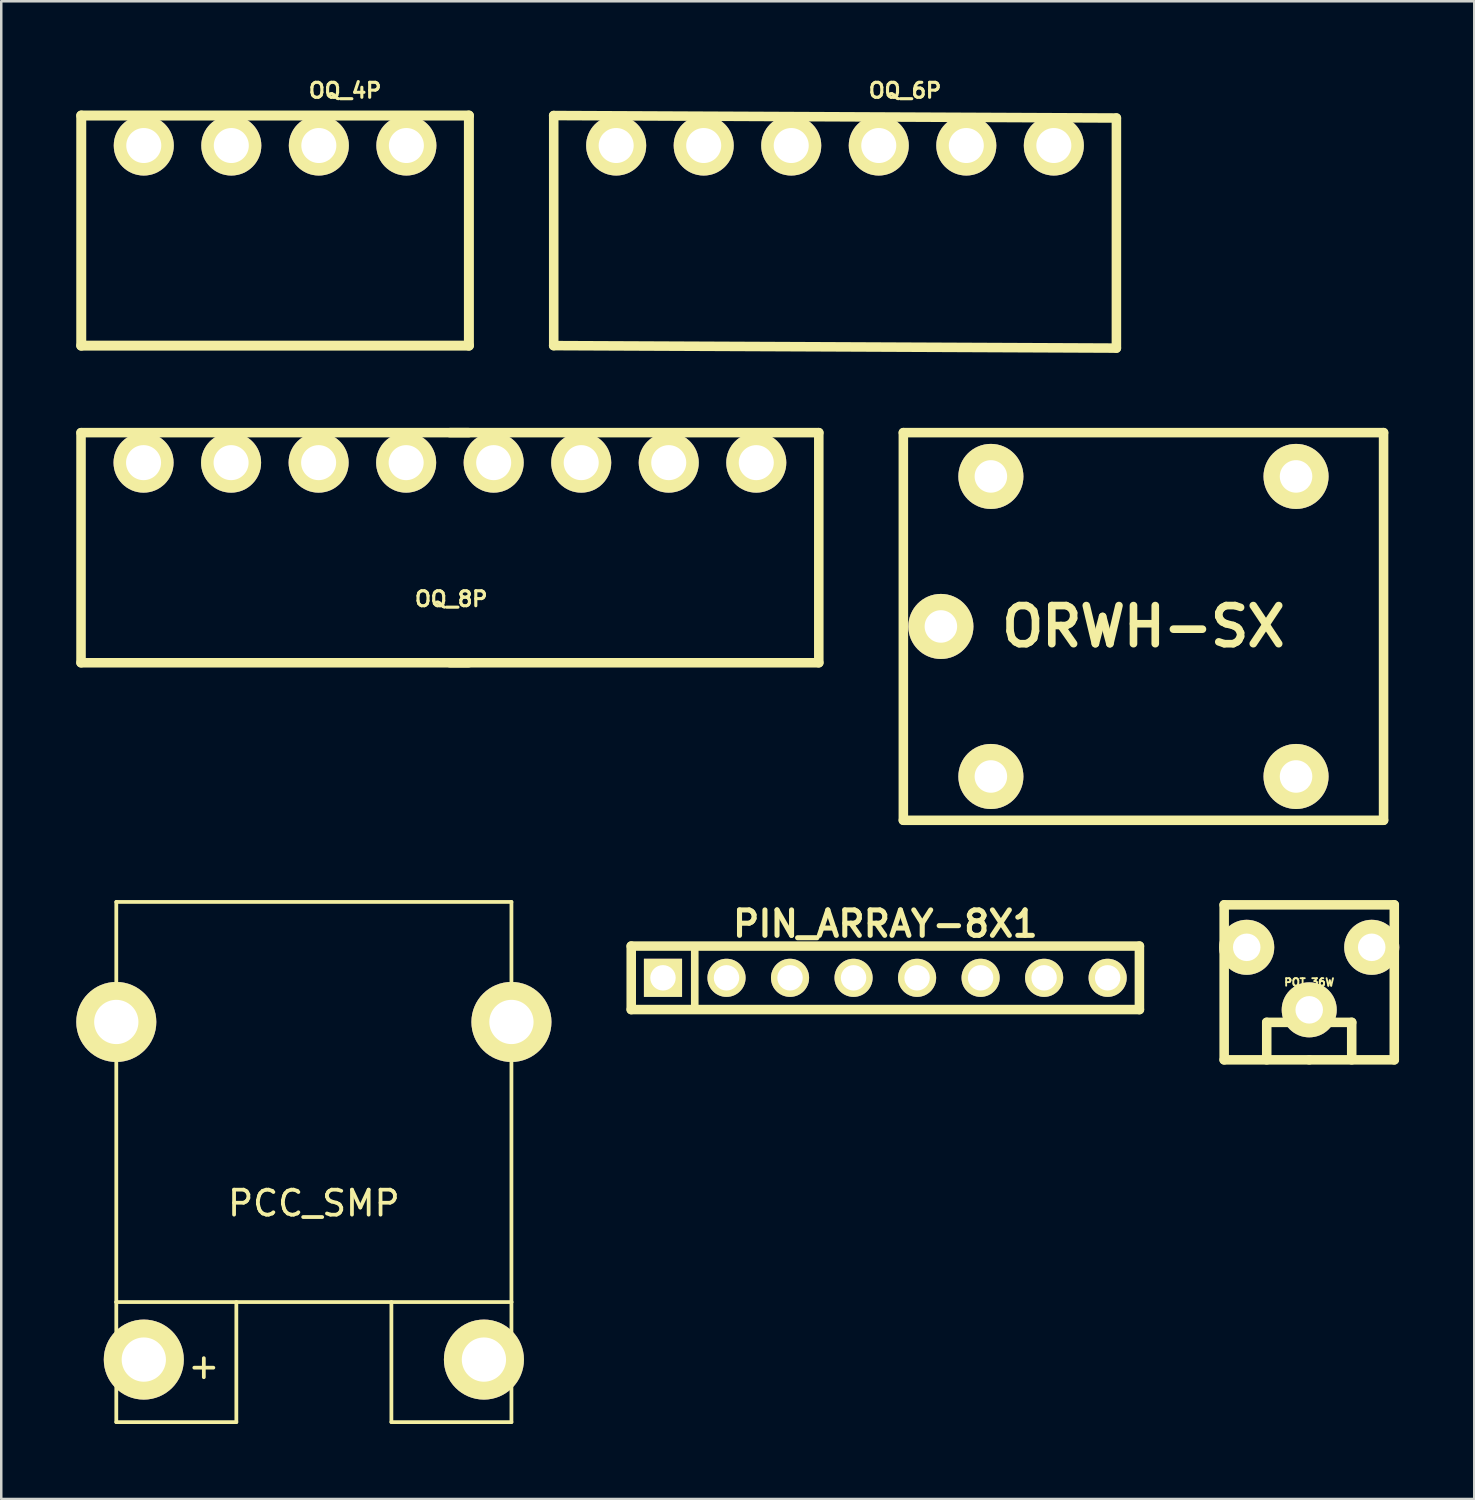
<source format=kicad_pcb>
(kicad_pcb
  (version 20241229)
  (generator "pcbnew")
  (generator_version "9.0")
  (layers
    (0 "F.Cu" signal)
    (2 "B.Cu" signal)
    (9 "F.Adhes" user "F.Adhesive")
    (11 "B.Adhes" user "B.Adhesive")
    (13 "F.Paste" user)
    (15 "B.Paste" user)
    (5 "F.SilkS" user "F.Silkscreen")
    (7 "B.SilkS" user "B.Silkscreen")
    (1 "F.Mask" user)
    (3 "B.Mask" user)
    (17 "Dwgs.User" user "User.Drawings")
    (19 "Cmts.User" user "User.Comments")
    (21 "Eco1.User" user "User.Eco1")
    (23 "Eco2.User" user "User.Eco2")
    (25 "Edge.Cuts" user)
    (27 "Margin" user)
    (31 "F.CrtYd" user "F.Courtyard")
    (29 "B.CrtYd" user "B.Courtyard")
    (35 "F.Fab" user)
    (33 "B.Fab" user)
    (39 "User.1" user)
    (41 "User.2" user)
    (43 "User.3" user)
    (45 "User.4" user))
  (footprint "ORWH-SX"
    (layer "F.Cu")
    (at 42.672 21.999)
    (property "Reference" "ORWH-SX" (at 0 0 0) (layer "F.SilkS") (effects (font (size 1.524 1.524) (thickness 0.305))))
    (attr through_hole)
    (fp_line (start -9.601 -7.75) (end -9.601 7.75) (stroke (width 0.381) (type solid)) (layer "F.SilkS"))
    (fp_line (start -9.601 7.75) (end 9.601 7.75) (stroke (width 0.381) (type solid)) (layer "F.SilkS"))
    (fp_line (start 9.601 -7.75) (end -9.601 -7.75) (stroke (width 0.381) (type solid)) (layer "F.SilkS"))
    (fp_line (start 9.601 7.75) (end 9.601 -7.75) (stroke (width 0.381) (type solid)) (layer "F.SilkS"))
    (pad "1" thru_hole circle (at -6.101 -5.999) (size 2.601 2.601) (drill 1.3) (layers "*.Cu" "*.Mask" "F.SilkS"))
    (pad "2" thru_hole circle (at -8.1 0) (size 2.601 2.601) (drill 1.3) (layers "*.Cu" "*.Mask" "F.SilkS"))
    (pad "3" thru_hole circle (at -6.101 5.999) (size 2.601 2.601) (drill 1.3) (layers "*.Cu" "*.Mask" "F.SilkS"))
    (pad "4" thru_hole circle (at 6.101 5.999) (size 2.601 2.601) (drill 1.3) (layers "*.Cu" "*.Mask" "F.SilkS"))
    (pad "5" thru_hole circle (at 6.101 -5.999) (size 2.601 2.601) (drill 1.3) (layers "*.Cu" "*.Mask" "F.SilkS")))
  (footprint "OQ_8P"
    (layer "F.Cu")
    (at 14.94 15.449)
    (property "Reference" "OQ_8P" (at 0.051 5.451 0) (layer "F.SilkS") (effects (font (size 0.599 0.599) (thickness 0.124))))
    (attr through_hole)
    (fp_line (start -14.75 -1.199) (end 0.749 -1.199) (stroke (width 0.381) (type solid)) (layer "F.SilkS"))
    (fp_line (start -14.75 8.001) (end -14.75 -1.199) (stroke (width 0.381) (type solid)) (layer "F.SilkS"))
    (fp_line (start 0 8.001) (end 14.75 8.001) (stroke (width 0.381) (type solid)) (layer "F.SilkS"))
    (fp_line (start 0.749 8.001) (end -14.75 8.001) (stroke (width 0.381) (type solid)) (layer "F.SilkS"))
    (fp_line (start 14.75 -1.199) (end 0 -1.199) (stroke (width 0.381) (type solid)) (layer "F.SilkS"))
    (fp_line (start 14.75 -1.199) (end 14.75 8.001) (stroke (width 0.381) (type solid)) (layer "F.SilkS"))
    (pad "1" thru_hole circle (at -12.25 0) (size 2.4 2.4) (drill 1.4) (layers "*.Cu" "*.Mask" "F.SilkS"))
    (pad "2" thru_hole circle (at -8.75 0) (size 2.4 2.4) (drill 1.4) (layers "*.Cu" "*.Mask" "F.SilkS"))
    (pad "3" thru_hole circle (at -5.25 0) (size 2.4 2.4) (drill 1.4) (layers "*.Cu" "*.Mask" "F.SilkS"))
    (pad "4" thru_hole circle (at -1.75 0) (size 2.4 2.4) (drill 1.4) (layers "*.Cu" "*.Mask" "F.SilkS"))
    (pad "5" thru_hole circle (at 1.75 0) (size 2.4 2.4) (drill 1.4) (layers "*.Cu" "*.Mask" "F.SilkS"))
    (pad "6" thru_hole circle (at 5.25 0) (size 2.4 2.4) (drill 1.4) (layers "*.Cu" "*.Mask" "F.SilkS"))
    (pad "7" thru_hole circle (at 8.75 0) (size 2.4 2.4) (drill 1.4) (layers "*.Cu" "*.Mask" "F.SilkS"))
    (pad "8" thru_hole circle (at 12.25 0) (size 2.4 2.4) (drill 1.4) (layers "*.Cu" "*.Mask" "F.SilkS")))
  (footprint "POT_36W"
    (layer "F.Cu")
    (at 49.3 36.229)
    (property "Reference" "POT_36W" (at 0 0 0) (layer "F.SilkS") (effects (font (size 0.3 0.3) (thickness 0.076))))
    (attr smd)
    (fp_line (start -3.401 -3.099) (end -3.401 3.099) (stroke (width 0.381) (type solid)) (layer "F.SilkS"))
    (fp_line (start -3.401 3.099) (end 0 3.099) (stroke (width 0.381) (type solid)) (layer "F.SilkS"))
    (fp_line (start -1.699 1.6) (end 1.699 1.6) (stroke (width 0.381) (type solid)) (layer "F.SilkS"))
    (fp_line (start -1.699 3.099) (end -1.699 1.6) (stroke (width 0.381) (type solid)) (layer "F.SilkS"))
    (fp_line (start 0 3.099) (end 3.401 3.099) (stroke (width 0.381) (type solid)) (layer "F.SilkS"))
    (fp_line (start 1.699 3.099) (end 1.699 1.6) (stroke (width 0.381) (type solid)) (layer "F.SilkS"))
    (fp_line (start 3.401 -3.099) (end -3.401 -3.099) (stroke (width 0.381) (type solid)) (layer "F.SilkS"))
    (fp_line (start 3.401 3.099) (end 3.401 -3.099) (stroke (width 0.381) (type solid)) (layer "F.SilkS"))
    (pad "1" thru_hole circle (at -2.499 -1.4) (size 2.2 2.2) (drill 1.1) (layers "*.Cu" "*.Mask" "F.SilkS"))
    (pad "2" thru_hole circle (at 0 1.1) (size 2.2 2.2) (drill 1.1) (layers "*.Cu" "*.Mask" "F.SilkS"))
    (pad "3" thru_hole circle (at 2.499 -1.4) (size 2.2 2.2) (drill 1.1) (layers "*.Cu" "*.Mask" "F.SilkS")))
  (footprint "OQ_4P"
    (layer "F.Cu")
    (at 7.949 2.769)
    (property "Reference" "OQ_4P" (at 2.799 -2.2 0) (layer "F.SilkS") (effects (font (size 0.599 0.599) (thickness 0.124))))
    (attr through_hole)
    (fp_line (start -7.75 -1.199) (end 7.75 -1.199) (stroke (width 0.399) (type solid)) (layer "F.SilkS"))
    (fp_line (start -7.75 8.001) (end -7.75 -1.199) (stroke (width 0.399) (type solid)) (layer "F.SilkS"))
    (fp_line (start 7.75 -1.199) (end 7.75 8.001) (stroke (width 0.399) (type solid)) (layer "F.SilkS"))
    (fp_line (start 7.75 8.001) (end -7.75 8.001) (stroke (width 0.399) (type solid)) (layer "F.SilkS"))
    (pad "1" thru_hole circle (at -5.25 0) (size 2.4 2.4) (drill 1.4) (layers "*.Cu" "*.Mask" "F.SilkS"))
    (pad "2" thru_hole circle (at -1.75 0) (size 2.4 2.4) (drill 1.4) (layers "*.Cu" "*.Mask" "F.SilkS"))
    (pad "3" thru_hole circle (at 1.75 0) (size 2.4 2.4) (drill 1.4) (layers "*.Cu" "*.Mask" "F.SilkS"))
    (pad "4" thru_hole circle (at 5.25 0) (size 2.4 2.4) (drill 1.4) (layers "*.Cu" "*.Mask" "F.SilkS")))
  (footprint "OQ_6P"
    (layer "F.Cu")
    (at 30.338 2.769)
    (property "Reference" "OQ_6P" (at 2.799 -2.2 0) (layer "F.SilkS") (effects (font (size 0.599 0.599) (thickness 0.124))))
    (attr through_hole)
    (fp_line (start -11.25 -1.199) (end 11.25 -1.1) (stroke (width 0.381) (type solid)) (layer "F.SilkS"))
    (fp_line (start -11.247 8.001) (end -11.247 -1.199) (stroke (width 0.381) (type solid)) (layer "F.SilkS"))
    (fp_line (start 11.25 8.1) (end -11.25 8.001) (stroke (width 0.381) (type solid)) (layer "F.SilkS"))
    (fp_line (start 11.252 -1.1) (end 11.252 8.1) (stroke (width 0.381) (type solid)) (layer "F.SilkS"))
    (pad "1" thru_hole circle (at -8.75 0) (size 2.4 2.4) (drill 1.4) (layers "*.Cu" "*.Mask" "F.SilkS"))
    (pad "2" thru_hole circle (at -5.25 0) (size 2.4 2.4) (drill 1.4) (layers "*.Cu" "*.Mask" "F.SilkS"))
    (pad "3" thru_hole circle (at -1.75 0) (size 2.4 2.4) (drill 1.4) (layers "*.Cu" "*.Mask" "F.SilkS"))
    (pad "4" thru_hole circle (at 1.75 0) (size 2.4 2.4) (drill 1.4) (layers "*.Cu" "*.Mask" "F.SilkS"))
    (pad "5" thru_hole circle (at 5.25 0) (size 2.4 2.4) (drill 1.4) (layers "*.Cu" "*.Mask" "F.SilkS"))
    (pad "6" thru_hole circle (at 8.75 0) (size 2.4 2.4) (drill 1.4) (layers "*.Cu" "*.Mask" "F.SilkS")))
  (footprint "PIN_ARRAY-8X1"
    (layer "F.Cu")
    (at 32.35 36.049)
    (property "Reference" "PIN_ARRAY-8X1" (at 0 -2.159 0) (layer "F.SilkS") (effects (font (size 1.016 1.016) (thickness 0.203))))
    (attr through_hole)
    (fp_line (start -10.16 -1.27) (end 10.16 -1.27) (stroke (width 0.381) (type solid)) (layer "F.SilkS"))
    (fp_line (start -10.16 1.27) (end -10.16 -1.27) (stroke (width 0.381) (type solid)) (layer "F.SilkS"))
    (fp_line (start -7.62 1.27) (end -7.62 -1.27) (stroke (width 0.305) (type solid)) (layer "F.SilkS"))
    (fp_line (start 10.16 1.27) (end -10.16 1.27) (stroke (width 0.381) (type solid)) (layer "F.SilkS"))
    (fp_line (start 10.16 1.27) (end 10.16 -1.27) (stroke (width 0.381) (type solid)) (layer "F.SilkS"))
    (pad "1" thru_hole rect (at -8.89 0) (size 1.524 1.524) (drill 1.016) (layers "*.Cu" "*.Mask" "F.SilkS"))
    (pad "2" thru_hole circle (at -6.35 0) (size 1.524 1.524) (drill 1.016) (layers "*.Cu" "*.Mask" "F.SilkS"))
    (pad "3" thru_hole circle (at -3.81 0) (size 1.524 1.524) (drill 1.016) (layers "*.Cu" "*.Mask" "F.SilkS"))
    (pad "4" thru_hole circle (at -1.27 0) (size 1.524 1.524) (drill 1.016) (layers "*.Cu" "*.Mask" "F.SilkS"))
    (pad "5" thru_hole circle (at 1.27 0) (size 1.524 1.524) (drill 1.016) (layers "*.Cu" "*.Mask" "F.SilkS"))
    (pad "6" thru_hole circle (at 3.81 0) (size 1.524 1.524) (drill 1.016) (layers "*.Cu" "*.Mask" "F.SilkS"))
    (pad "7" thru_hole circle (at 6.35 0) (size 1.524 1.524) (drill 1.016) (layers "*.Cu" "*.Mask" "F.SilkS"))
    (pad "8" thru_hole circle (at 8.89 0) (size 1.524 1.524) (drill 1.016) (layers "*.Cu" "*.Mask" "F.SilkS")))
  (footprint "PCC_SMP"
    (layer "F.Cu")
    (at 9.5 44.564)
    (property "Reference" "PCC_SMP" (at 0 0.5 0) (layer "F.SilkS") (effects (font (size 1 1) (thickness 0.15))))
    (attr through_hole)
    (fp_line (start -7.9 -11.55) (end -7.9 -6.75) (stroke (width 0.15) (type solid)) (layer "F.SilkS"))
    (fp_line (start -7.9 -6.75) (end -7.9 4.45) (stroke (width 0.15) (type solid)) (layer "F.SilkS"))
    (fp_line (start -7.9 4.45) (end -7.9 9.25) (stroke (width 0.15) (type solid)) (layer "F.SilkS"))
    (fp_line (start -7.9 4.45) (end 7.9 4.45) (stroke (width 0.15) (type solid)) (layer "F.SilkS"))
    (fp_line (start -7.9 9.25) (end -3.1 9.25) (stroke (width 0.15) (type solid)) (layer "F.SilkS"))
    (fp_line (start -3.1 9.25) (end -3.1 4.45) (stroke (width 0.15) (type solid)) (layer "F.SilkS"))
    (fp_line (start 3.1 9.25) (end 3.1 4.45) (stroke (width 0.15) (type solid)) (layer "F.SilkS"))
    (fp_line (start 7.9 -11.55) (end -7.9 -11.55) (stroke (width 0.15) (type solid)) (layer "F.SilkS"))
    (fp_line (start 7.9 -6.75) (end 7.9 -11.55) (stroke (width 0.15) (type solid)) (layer "F.SilkS"))
    (fp_line (start 7.9 4.45) (end 7.9 -6.75) (stroke (width 0.15) (type solid)) (layer "F.SilkS"))
    (fp_line (start 7.9 4.45) (end 7.9 9.25) (stroke (width 0.15) (type solid)) (layer "F.SilkS"))
    (fp_line (start 7.9 9.25) (end 3.1 9.25) (stroke (width 0.15) (type solid)) (layer "F.SilkS"))
    (fp_text user "+" (at -4.4 7 0) (layer "F.SilkS") (effects (font (size 1 1) (thickness 0.15))))
    (pad "" np_thru_hole circle (at -7.9 -6.75) (size 3.2 3.2) (drill 1.77) (layers "*.Cu" "*.Mask" "F.SilkS"))
    (pad "" np_thru_hole circle (at 7.9 -6.75) (size 3.2 3.2) (drill 1.77) (layers "*.Cu" "*.Mask" "F.SilkS"))
    (pad "1" thru_hole circle (at -6.8 6.75) (size 3.2 3.2) (drill 1.77) (layers "*.Cu" "*.Mask" "F.SilkS"))
    (pad "2" thru_hole circle (at 6.8 6.75) (size 3.2 3.2) (drill 1.77) (layers "*.Cu" "*.Mask" "F.SilkS")))
  (gr_rect
    (start -3 -3)
    (end 55.899 56.889)
    (stroke (width 0.1) (type default))
    (fill no)
    (layer "Edge.Cuts")))
</source>
